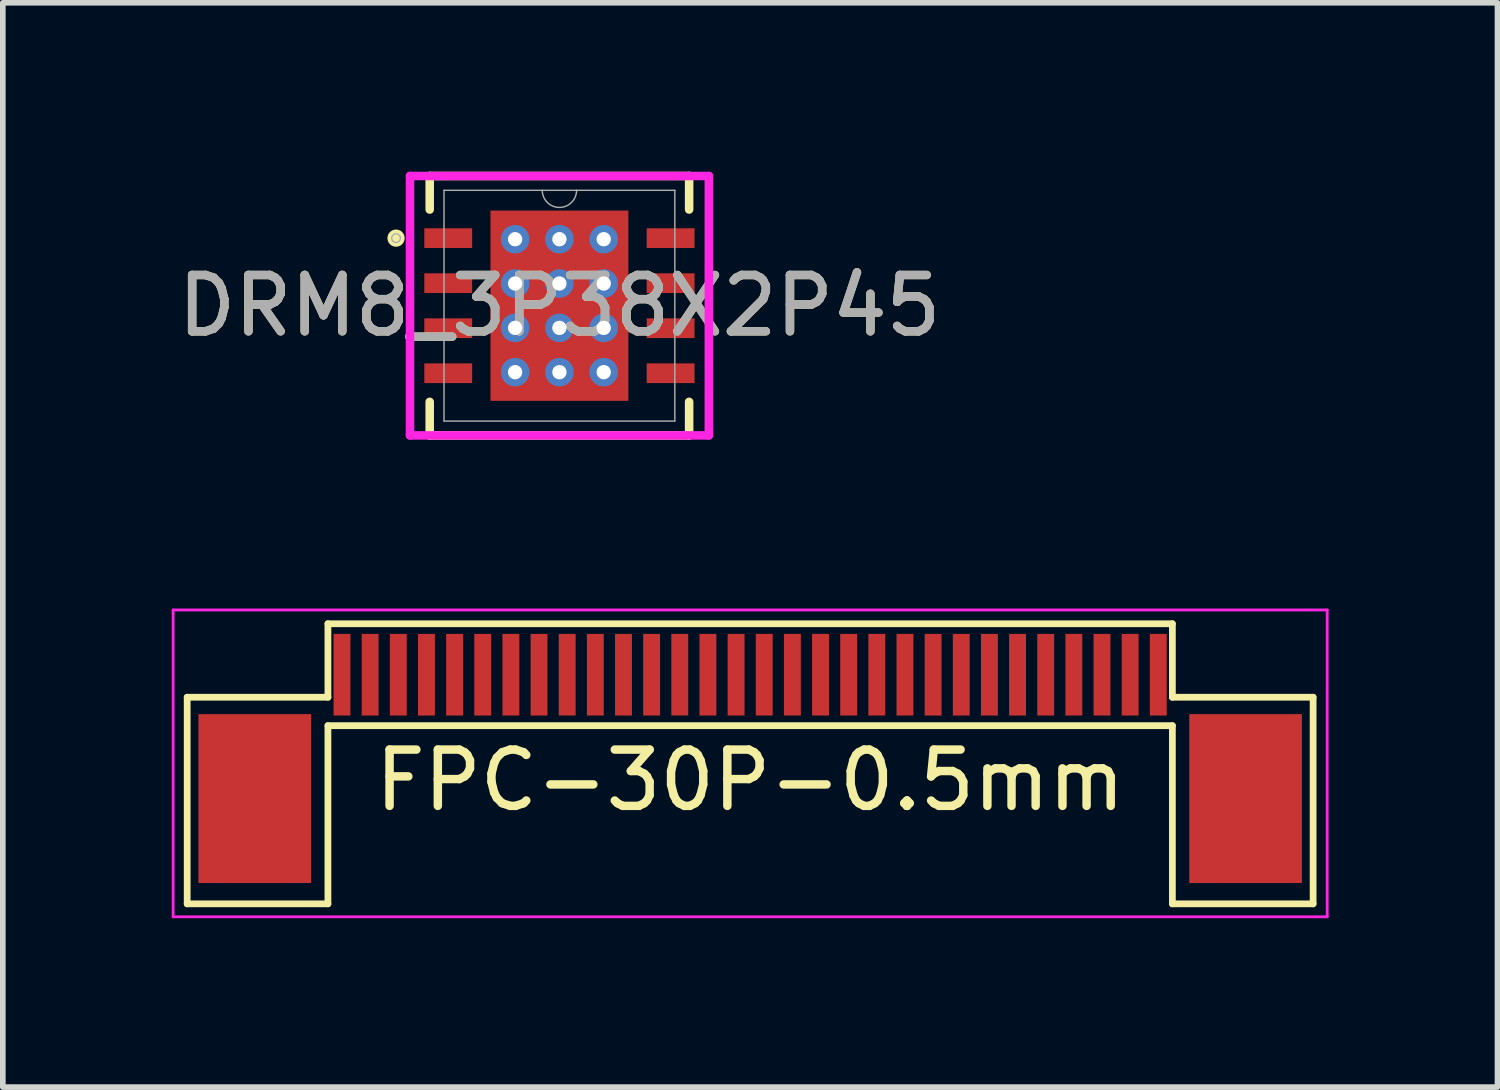
<source format=kicad_pcb>
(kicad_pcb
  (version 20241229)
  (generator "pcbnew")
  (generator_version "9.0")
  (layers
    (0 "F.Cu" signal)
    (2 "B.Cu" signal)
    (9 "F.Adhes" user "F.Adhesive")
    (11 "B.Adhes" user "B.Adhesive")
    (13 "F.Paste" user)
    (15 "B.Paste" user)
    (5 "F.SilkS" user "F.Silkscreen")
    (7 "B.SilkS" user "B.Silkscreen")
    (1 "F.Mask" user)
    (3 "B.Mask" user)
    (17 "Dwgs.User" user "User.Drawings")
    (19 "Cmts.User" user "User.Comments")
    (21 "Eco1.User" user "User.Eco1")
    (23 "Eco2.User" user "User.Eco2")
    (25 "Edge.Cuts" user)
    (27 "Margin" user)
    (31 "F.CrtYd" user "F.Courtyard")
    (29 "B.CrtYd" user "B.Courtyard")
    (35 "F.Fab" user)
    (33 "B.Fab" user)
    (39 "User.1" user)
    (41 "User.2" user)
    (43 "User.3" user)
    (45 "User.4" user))
  (footprint "DRM8_3P38X2P45"
    (layer "F.Cu")
    (at 6.887 2.38)
    (property "Reference" "DRM8_3P38X2P45" (at 0 0 0) (unlocked yes) (layer "F.SilkS") (effects (font (size 1 1) (thickness 0.15))))
    (attr through_hole)
    (fp_poly (pts (xy -1.975 -1.375) (xy -1.975 -1.025) (xy -1.55 -1.025) (xy -1.55 -1.375)) (stroke (width 0) (type solid)) (fill yes) (layer "F.Mask"))
    (fp_poly (pts (xy -1.975 -0.575) (xy -1.975 -0.225) (xy -1.55 -0.225) (xy -1.55 -0.575)) (stroke (width 0) (type solid)) (fill yes) (layer "F.Mask"))
    (fp_poly (pts (xy -1.975 0.225) (xy -1.975 0.575) (xy -1.55 0.575) (xy -1.55 0.225)) (stroke (width 0) (type solid)) (fill yes) (layer "F.Mask"))
    (fp_poly (pts (xy -1.975 1.025) (xy -1.975 1.375) (xy -1.55 1.375) (xy -1.55 1.025)) (stroke (width 0) (type solid)) (fill yes) (layer "F.Mask"))
    (fp_poly (pts (xy -1.288 -1.754) (xy -0.987 -1.754) (xy -0.987 1.754) (xy -1.288 1.754)) (stroke (width 0) (type solid)) (fill yes) (layer "F.Mask"))
    (fp_poly (pts (xy -1.288 -1.754) (xy 1.288 -1.754) (xy 1.288 -1.381) (xy -1.288 -1.381)) (stroke (width 0) (type solid)) (fill yes) (layer "F.Mask"))
    (fp_poly (pts (xy -1.288 -0.981) (xy 1.288 -0.981) (xy 1.288 -0.594) (xy -1.288 -0.594)) (stroke (width 0) (type solid)) (fill yes) (layer "F.Mask"))
    (fp_poly (pts (xy -1.288 -0.194) (xy 1.288 -0.194) (xy 1.288 0.194) (xy -1.288 0.194)) (stroke (width 0) (type solid)) (fill yes) (layer "F.Mask"))
    (fp_poly (pts (xy -1.288 0.594) (xy 1.288 0.594) (xy 1.288 0.981) (xy -1.288 0.981)) (stroke (width 0) (type solid)) (fill yes) (layer "F.Mask"))
    (fp_poly (pts (xy -1.288 1.381) (xy 1.288 1.381) (xy 1.288 1.754) (xy -1.288 1.754)) (stroke (width 0) (type solid)) (fill yes) (layer "F.Mask"))
    (fp_poly (pts (xy -0.2 -1.754) (xy -0.587 -1.754) (xy -0.587 1.754) (xy -0.2 1.754)) (stroke (width 0) (type solid)) (fill yes) (layer "F.Mask"))
    (fp_poly (pts (xy 0.587 -1.754) (xy 0.2 -1.754) (xy 0.2 1.754) (xy 0.587 1.754)) (stroke (width 0) (type solid)) (fill yes) (layer "F.Mask"))
    (fp_poly (pts (xy 0.987 -1.754) (xy 1.288 -1.754) (xy 1.288 1.754) (xy 0.987 1.754)) (stroke (width 0) (type solid)) (fill yes) (layer "F.Mask"))
    (fp_poly (pts (xy 1.55 -1.375) (xy 1.55 -1.025) (xy 2.4 -1.025) (xy 2.4 -1.375)) (stroke (width 0) (type solid)) (fill yes) (layer "F.Mask"))
    (fp_poly (pts (xy 1.55 -0.575) (xy 1.55 -0.225) (xy 2.4 -0.225) (xy 2.4 -0.575)) (stroke (width 0) (type solid)) (fill yes) (layer "F.Mask"))
    (fp_poly (pts (xy 1.55 0.225) (xy 1.55 0.575) (xy 2.4 0.575) (xy 2.4 0.225)) (stroke (width 0) (type solid)) (fill yes) (layer "F.Mask"))
    (fp_poly (pts (xy 1.55 1.025) (xy 1.55 1.375) (xy 2.4 1.375) (xy 2.4 1.025)) (stroke (width 0) (type solid)) (fill yes) (layer "F.Mask"))
    (fp_line (start -2.304 -2.304) (end -2.304 -1.708) (stroke (width 0.152) (type solid)) (layer "F.SilkS"))
    (fp_line (start -2.304 1.708) (end -2.304 2.304) (stroke (width 0.152) (type solid)) (layer "F.SilkS"))
    (fp_line (start -2.304 2.304) (end 2.304 2.304) (stroke (width 0.152) (type solid)) (layer "F.SilkS"))
    (fp_line (start 2.304 -2.304) (end -2.304 -2.304) (stroke (width 0.152) (type solid)) (layer "F.SilkS"))
    (fp_line (start 2.304 -1.708) (end 2.304 -2.304) (stroke (width 0.152) (type solid)) (layer "F.SilkS"))
    (fp_line (start 2.304 2.304) (end 2.304 1.708) (stroke (width 0.152) (type solid)) (layer "F.SilkS"))
    (fp_circle (center -2.902 -1.2) (end -2.825 -1.2) (stroke (width 0.152) (type solid)) (fill no) (layer "F.SilkS"))
    (fp_poly (pts (xy -2.435 -1.41) (xy -2.435 -0.99) (xy -1.515 -0.99) (xy -1.515 -1.41)) (stroke (width 0) (type solid)) (fill yes) (layer "F.Paste"))
    (fp_poly (pts (xy -2.435 -0.61) (xy -2.435 -0.19) (xy -1.515 -0.19) (xy -1.515 -0.61)) (stroke (width 0) (type solid)) (fill yes) (layer "F.Paste"))
    (fp_poly (pts (xy -2.435 0.19) (xy -2.435 0.61) (xy -1.515 0.61) (xy -1.515 0.19)) (stroke (width 0) (type solid)) (fill yes) (layer "F.Paste"))
    (fp_poly (pts (xy -2.435 0.99) (xy -2.435 1.41) (xy -1.515 1.41) (xy -1.515 0.99)) (stroke (width 0) (type solid)) (fill yes) (layer "F.Paste"))
    (fp_poly (pts (xy 1.515 -1.41) (xy 1.515 -0.99) (xy 2.435 -0.99) (xy 2.435 -1.41)) (stroke (width 0) (type solid)) (fill yes) (layer "F.Paste"))
    (fp_poly (pts (xy 1.515 -0.61) (xy 1.515 -0.19) (xy 2.435 -0.19) (xy 2.435 -0.61)) (stroke (width 0) (type solid)) (fill yes) (layer "F.Paste"))
    (fp_poly (pts (xy 1.515 0.19) (xy 1.515 0.61) (xy 2.435 0.61) (xy 2.435 0.19)) (stroke (width 0) (type solid)) (fill yes) (layer "F.Paste"))
    (fp_poly (pts (xy 1.515 0.99) (xy 1.515 1.41) (xy 2.435 1.41) (xy 2.435 0.99)) (stroke (width 0) (type solid)) (fill yes) (layer "F.Paste"))
    (fp_poly (pts (xy -1.15 -1.615) (xy -1.15 -1.281) (xy -1.029 -1.281) (xy -0.887 -1.423) (xy -0.887 -1.615)) (stroke (width 0) (type solid)) (fill yes) (layer "F.Paste"))
    (fp_poly (pts (xy -1.15 1.281) (xy -1.15 1.615) (xy -0.887 1.615) (xy -0.887 1.423) (xy -1.029 1.281)) (stroke (width 0) (type solid)) (fill yes) (layer "F.Paste"))
    (fp_poly (pts (xy 0.887 -1.615) (xy 0.887 -1.423) (xy 1.029 -1.281) (xy 1.15 -1.281) (xy 1.15 -1.615)) (stroke (width 0) (type solid)) (fill yes) (layer "F.Paste"))
    (fp_poly (pts (xy 1.029 1.281) (xy 0.887 1.423) (xy 0.887 1.615) (xy 1.15 1.615) (xy 1.15 1.281)) (stroke (width 0) (type solid)) (fill yes) (layer "F.Paste"))
    (fp_poly (pts (xy -1.15 -1.081) (xy -1.15 -0.494) (xy -1.029 -0.494) (xy -0.887 -0.635) (xy -0.887 -0.94) (xy -1.029 -1.081)) (stroke (width 0) (type solid)) (fill yes) (layer "F.Paste"))
    (fp_poly (pts (xy -1.15 -0.294) (xy -1.15 0.294) (xy -1.029 0.294) (xy -0.887 0.152) (xy -0.887 -0.152) (xy -1.029 -0.294)) (stroke (width 0) (type solid)) (fill yes) (layer "F.Paste"))
    (fp_poly (pts (xy -1.15 0.494) (xy -1.15 1.081) (xy -1.029 1.081) (xy -0.887 0.94) (xy -0.887 0.635) (xy -1.029 0.494)) (stroke (width 0) (type solid)) (fill yes) (layer "F.Paste"))
    (fp_poly (pts (xy -0.687 -1.615) (xy -0.687 -1.423) (xy -0.546 -1.281) (xy -0.241 -1.281) (xy -0.1 -1.423) (xy -0.1 -1.615)) (stroke (width 0) (type solid)) (fill yes) (layer "F.Paste"))
    (fp_poly (pts (xy -0.546 1.281) (xy -0.687 1.423) (xy -0.687 1.615) (xy -0.1 1.615) (xy -0.1 1.423) (xy -0.241 1.281)) (stroke (width 0) (type solid)) (fill yes) (layer "F.Paste"))
    (fp_poly (pts (xy 0.1 -1.615) (xy 0.1 -1.423) (xy 0.241 -1.281) (xy 0.546 -1.281) (xy 0.687 -1.423) (xy 0.687 -1.615)) (stroke (width 0) (type solid)) (fill yes) (layer "F.Paste"))
    (fp_poly (pts (xy 0.241 1.281) (xy 0.1 1.423) (xy 0.1 1.615) (xy 0.687 1.615) (xy 0.687 1.423) (xy 0.546 1.281)) (stroke (width 0) (type solid)) (fill yes) (layer "F.Paste"))
    (fp_poly (pts (xy 1.029 -1.081) (xy 0.887 -0.94) (xy 0.887 -0.635) (xy 1.029 -0.494) (xy 1.15 -0.494) (xy 1.15 -1.081)) (stroke (width 0) (type solid)) (fill yes) (layer "F.Paste"))
    (fp_poly (pts (xy 1.029 -0.294) (xy 0.887 -0.152) (xy 0.887 0.152) (xy 1.029 0.294) (xy 1.15 0.294) (xy 1.15 -0.294)) (stroke (width 0) (type solid)) (fill yes) (layer "F.Paste"))
    (fp_poly (pts (xy 1.029 0.494) (xy 0.887 0.635) (xy 0.887 0.94) (xy 1.029 1.081) (xy 1.15 1.081) (xy 1.15 0.494)) (stroke (width 0) (type solid)) (fill yes) (layer "F.Paste"))
    (fp_poly (pts (xy -0.546 -1.081) (xy -0.687 -0.94) (xy -0.687 -0.635) (xy -0.546 -0.494) (xy -0.241 -0.494) (xy -0.1 -0.635) (xy -0.1 -0.94) (xy -0.241 -1.081)) (stroke (width 0) (type solid)) (fill yes) (layer "F.Paste"))
    (fp_poly (pts (xy -0.546 -0.294) (xy -0.687 -0.152) (xy -0.687 0.152) (xy -0.546 0.294) (xy -0.241 0.294) (xy -0.1 0.152) (xy -0.1 -0.152) (xy -0.241 -0.294)) (stroke (width 0) (type solid)) (fill yes) (layer "F.Paste"))
    (fp_poly (pts (xy -0.546 0.494) (xy -0.687 0.635) (xy -0.687 0.94) (xy -0.546 1.081) (xy -0.241 1.081) (xy -0.1 0.94) (xy -0.1 0.635) (xy -0.241 0.494)) (stroke (width 0) (type solid)) (fill yes) (layer "F.Paste"))
    (fp_poly (pts (xy 0.241 -1.081) (xy 0.1 -0.94) (xy 0.1 -0.635) (xy 0.241 -0.494) (xy 0.546 -0.494) (xy 0.687 -0.635) (xy 0.687 -0.94) (xy 0.546 -1.081)) (stroke (width 0) (type solid)) (fill yes) (layer "F.Paste"))
    (fp_poly (pts (xy 0.241 -0.294) (xy 0.1 -0.152) (xy 0.1 0.152) (xy 0.241 0.294) (xy 0.546 0.294) (xy 0.687 0.152) (xy 0.687 -0.152) (xy 0.546 -0.294)) (stroke (width 0) (type solid)) (fill yes) (layer "F.Paste"))
    (fp_poly (pts (xy 0.241 0.494) (xy 0.1 0.635) (xy 0.1 0.94) (xy 0.241 1.081) (xy 0.546 1.081) (xy 0.687 0.94) (xy 0.687 0.635) (xy 0.546 0.494)) (stroke (width 0) (type solid)) (fill yes) (layer "F.Paste"))
    (fp_line (start -2.654 -2.304) (end 2.654 -2.304) (stroke (width 0.152) (type solid)) (layer "F.CrtYd"))
    (fp_line (start -2.654 2.304) (end -2.654 -2.304) (stroke (width 0.152) (type solid)) (layer "F.CrtYd"))
    (fp_line (start 2.654 -2.304) (end 2.654 2.304) (stroke (width 0.152) (type solid)) (layer "F.CrtYd"))
    (fp_line (start 2.654 2.304) (end -2.654 2.304) (stroke (width 0.152) (type solid)) (layer "F.CrtYd"))
    (fp_line (start -2.05 -2.05) (end -2.05 2.05) (stroke (width 0.025) (type solid)) (layer "F.Fab"))
    (fp_line (start -2.05 2.05) (end 2.05 2.05) (stroke (width 0.025) (type solid)) (layer "F.Fab"))
    (fp_line (start 2.05 -2.05) (end -2.05 -2.05) (stroke (width 0.025) (type solid)) (layer "F.Fab"))
    (fp_line (start 2.05 2.05) (end 2.05 -2.05) (stroke (width 0.025) (type solid)) (layer "F.Fab"))
    (fp_arc (start 0.3048 -2.05) (mid 0 -1.7452) (end -0.3048 -2.05) (stroke (width 0.0254) (type solid)) (layer "F.Fab"))
    (fp_circle (center -2.902 -1.2) (end -2.825 -1.2) (stroke (width 0.025) (type solid)) (fill no) (layer "F.Fab"))
    (fp_text user "${REFERENCE}" (at 0 0 0) (unlocked yes) (layer "F.Fab") (effects (font (size 1 1) (thickness 0.15))))
    (pad "1" smd rect (at -1.975 -1.2) (size 0.85 0.35) (layers "F.Cu" "F.Mask"))
    (pad "2" smd rect (at -1.975 -0.4) (size 0.85 0.35) (layers "F.Cu" "F.Mask"))
    (pad "3" smd rect (at -1.975 0.4) (size 0.85 0.35) (layers "F.Cu" "F.Mask"))
    (pad "4" smd rect (at -1.975 1.2) (size 0.85 0.35) (layers "F.Cu" "F.Mask"))
    (pad "5" smd rect (at 1.975 1.2) (size 0.85 0.35) (layers "F.Cu" "F.Mask"))
    (pad "6" smd rect (at 1.975 0.4) (size 0.85 0.35) (layers "F.Cu" "F.Mask"))
    (pad "7" smd rect (at 1.975 -0.4) (size 0.85 0.35) (layers "F.Cu" "F.Mask"))
    (pad "8" smd rect (at 1.975 -1.2) (size 0.85 0.35) (layers "F.Cu" "F.Mask"))
    (pad "9" smd rect (at 0 0) (size 2.45 3.38) (layers "F.Cu"))
    (pad "V" thru_hole circle (at -0.787 -1.181) (size 0.508 0.508) (drill 0.254) (layers "*.Cu" "*.Mask"))
    (pad "V" thru_hole circle (at -0.787 -0.394) (size 0.508 0.508) (drill 0.254) (layers "*.Cu" "*.Mask"))
    (pad "V" thru_hole circle (at -0.787 0.394) (size 0.508 0.508) (drill 0.254) (layers "*.Cu" "*.Mask"))
    (pad "V" thru_hole circle (at -0.787 1.181) (size 0.508 0.508) (drill 0.254) (layers "*.Cu" "*.Mask"))
    (pad "V" thru_hole circle (at 0 -1.181) (size 0.508 0.508) (drill 0.254) (layers "*.Cu" "*.Mask"))
    (pad "V" thru_hole circle (at 0 -0.394) (size 0.508 0.508) (drill 0.254) (layers "*.Cu" "*.Mask"))
    (pad "V" thru_hole circle (at 0 0.394) (size 0.508 0.508) (drill 0.254) (layers "*.Cu" "*.Mask"))
    (pad "V" thru_hole circle (at 0 1.181) (size 0.508 0.508) (drill 0.254) (layers "*.Cu" "*.Mask"))
    (pad "V" thru_hole circle (at 0.787 -1.181) (size 0.508 0.508) (drill 0.254) (layers "*.Cu" "*.Mask"))
    (pad "V" thru_hole circle (at 0.787 -0.394) (size 0.508 0.508) (drill 0.254) (layers "*.Cu" "*.Mask"))
    (pad "V" thru_hole circle (at 0.787 0.394) (size 0.508 0.508) (drill 0.254) (layers "*.Cu" "*.Mask"))
    (pad "V" thru_hole circle (at 0.787 1.181) (size 0.508 0.508) (drill 0.254) (layers "*.Cu" "*.Mask")))
  (footprint "FPC-30P-0.5mm"
    (layer "F.Cu")
    (at 10.275 8.935)
    (property "Reference" "FPC-30P-0.5mm" (at 0 1.875 0) (layer "F.SilkS") (effects (font (size 1 1) (thickness 0.15))))
    (attr smd)
    (fp_line (start -10 0.4) (end -7.5 0.4) (stroke (width 0.12) (type default)) (layer "F.SilkS"))
    (fp_line (start -10 4.07) (end -10 0.4) (stroke (width 0.12) (type default)) (layer "F.SilkS"))
    (fp_line (start -7.5 -0.905) (end 7.5 -0.905) (stroke (width 0.12) (type default)) (layer "F.SilkS"))
    (fp_line (start -7.5 0.4) (end -7.5 -0.905) (stroke (width 0.12) (type default)) (layer "F.SilkS"))
    (fp_line (start -7.5 0.905) (end -7.5 4.07) (stroke (width 0.12) (type default)) (layer "F.SilkS"))
    (fp_line (start -7.5 0.905) (end 7.5 0.905) (stroke (width 0.12) (type default)) (layer "F.SilkS"))
    (fp_line (start -7.5 4.07) (end -10 4.07) (stroke (width 0.12) (type default)) (layer "F.SilkS"))
    (fp_line (start 7.5 0.4) (end 7.5 -0.905) (stroke (width 0.12) (type default)) (layer "F.SilkS"))
    (fp_line (start 7.5 0.905) (end 7.5 4.07) (stroke (width 0.12) (type default)) (layer "F.SilkS"))
    (fp_line (start 7.5 4.07) (end 10 4.07) (stroke (width 0.12) (type default)) (layer "F.SilkS"))
    (fp_line (start 10 0.4) (end 7.5 0.4) (stroke (width 0.12) (type default)) (layer "F.SilkS"))
    (fp_line (start 10 4.07) (end 10 0.4) (stroke (width 0.12) (type default)) (layer "F.SilkS"))
    (fp_line (start -10.25 -1.15) (end -10.25 4.3) (stroke (width 0.05) (type default)) (layer "F.CrtYd"))
    (fp_line (start -10.25 -1.15) (end 10.25 -1.15) (stroke (width 0.05) (type default)) (layer "F.CrtYd"))
    (fp_line (start -10.25 4.3) (end 10.25 4.3) (stroke (width 0.05) (type default)) (layer "F.CrtYd"))
    (fp_line (start 10.25 -1.15) (end 10.25 4.3) (stroke (width 0.05) (type default)) (layer "F.CrtYd"))
    (pad "0" smd rect (at -8.8 2.2) (size 2 3) (layers "F.Cu" "F.Mask" "F.Paste"))
    (pad "0" smd rect (at 8.8 2.2) (size 2 3) (layers "F.Cu" "F.Mask" "F.Paste"))
    (pad "1" smd rect (at -7.25 0) (size 0.3 1.45) (layers "F.Cu" "F.Mask" "F.Paste"))
    (pad "2" smd rect (at -6.75 0) (size 0.3 1.45) (layers "F.Cu" "F.Mask" "F.Paste"))
    (pad "3" smd rect (at -6.25 0) (size 0.3 1.45) (layers "F.Cu" "F.Mask" "F.Paste"))
    (pad "4" smd rect (at -5.75 0) (size 0.3 1.45) (layers "F.Cu" "F.Mask" "F.Paste"))
    (pad "5" smd rect (at -5.25 0) (size 0.3 1.45) (layers "F.Cu" "F.Mask" "F.Paste"))
    (pad "6" smd rect (at -4.75 0) (size 0.3 1.45) (layers "F.Cu" "F.Mask" "F.Paste"))
    (pad "7" smd rect (at -4.25 0) (size 0.3 1.45) (layers "F.Cu" "F.Mask" "F.Paste"))
    (pad "8" smd rect (at -3.75 0) (size 0.3 1.45) (layers "F.Cu" "F.Mask" "F.Paste"))
    (pad "9" smd rect (at -3.25 0) (size 0.3 1.45) (layers "F.Cu" "F.Mask" "F.Paste"))
    (pad "10" smd rect (at -2.75 0) (size 0.3 1.45) (layers "F.Cu" "F.Mask" "F.Paste"))
    (pad "11" smd rect (at -2.25 0) (size 0.3 1.45) (layers "F.Cu" "F.Mask" "F.Paste"))
    (pad "12" smd rect (at -1.75 0) (size 0.3 1.45) (layers "F.Cu" "F.Mask" "F.Paste"))
    (pad "13" smd rect (at -1.25 0) (size 0.3 1.45) (layers "F.Cu" "F.Mask" "F.Paste"))
    (pad "14" smd rect (at -0.75 0) (size 0.3 1.45) (layers "F.Cu" "F.Mask" "F.Paste"))
    (pad "15" smd rect (at -0.25 0) (size 0.3 1.45) (layers "F.Cu" "F.Mask" "F.Paste"))
    (pad "16" smd rect (at 0.25 0) (size 0.3 1.45) (layers "F.Cu" "F.Mask" "F.Paste"))
    (pad "17" smd rect (at 0.75 0) (size 0.3 1.45) (layers "F.Cu" "F.Mask" "F.Paste"))
    (pad "18" smd rect (at 1.25 0) (size 0.3 1.45) (layers "F.Cu" "F.Mask" "F.Paste"))
    (pad "19" smd rect (at 1.75 0) (size 0.3 1.45) (layers "F.Cu" "F.Mask" "F.Paste"))
    (pad "20" smd rect (at 2.25 0) (size 0.3 1.45) (layers "F.Cu" "F.Mask" "F.Paste"))
    (pad "21" smd rect (at 2.75 0) (size 0.3 1.45) (layers "F.Cu" "F.Mask" "F.Paste"))
    (pad "22" smd rect (at 3.25 0) (size 0.3 1.45) (layers "F.Cu" "F.Mask" "F.Paste"))
    (pad "23" smd rect (at 3.75 0) (size 0.3 1.45) (layers "F.Cu" "F.Mask" "F.Paste"))
    (pad "24" smd rect (at 4.25 0) (size 0.3 1.45) (layers "F.Cu" "F.Mask" "F.Paste"))
    (pad "25" smd rect (at 4.75 0) (size 0.3 1.45) (layers "F.Cu" "F.Mask" "F.Paste"))
    (pad "26" smd rect (at 5.25 0) (size 0.3 1.45) (layers "F.Cu" "F.Mask" "F.Paste"))
    (pad "27" smd rect (at 5.75 0) (size 0.3 1.45) (layers "F.Cu" "F.Mask" "F.Paste"))
    (pad "28" smd rect (at 6.25 0) (size 0.3 1.45) (layers "F.Cu" "F.Mask" "F.Paste"))
    (pad "29" smd rect (at 6.75 0) (size 0.3 1.45) (layers "F.Cu" "F.Mask" "F.Paste"))
    (pad "30" smd rect (at 7.25 0) (size 0.3 1.45) (layers "F.Cu" "F.Mask" "F.Paste")))
  (gr_rect
    (start -3 -3)
    (end 23.55 16.26)
    (stroke (width 0.1) (type default))
    (fill no)
    (layer "Edge.Cuts")))
</source>
